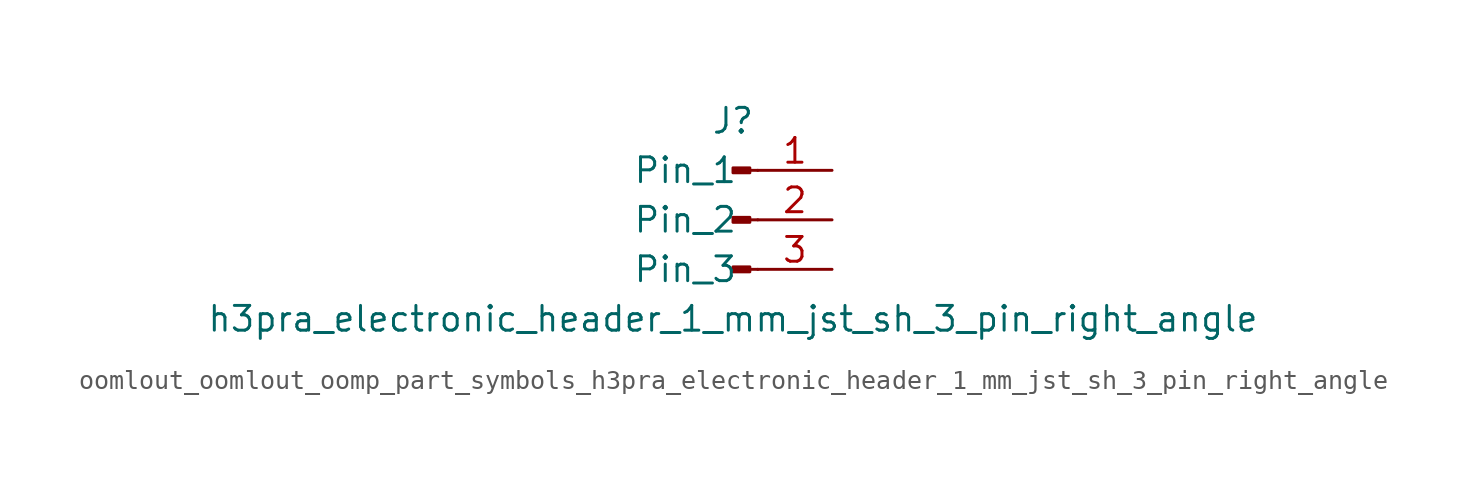
<source format=kicad_sym>
(kicad_symbol_lib
  (version 20220914)
  (generator kicad_symbol_editor)
  (symbol "oomlout_oomlout_oomp_part_symbols_h3pra_electronic_header_1_mm_jst_sh_3_pin_right_angle"
    (pin_names
      (offset 1.016))
    (property "Reference" "J"
      (at 0 5.08 0)
      (effects (font (size 1.27 1.27))))
    (property "Value" "h3pra_electronic_header_1_mm_jst_sh_3_pin_right_angle"
      (at 0 -5.08 0)
      (effects (font (size 1.27 1.27))))
    (property "ki_locked" ""
      (at 0 0 0)
      (effects (font (size 1.27 1.27))))
    (symbol "oomlout_oomlout_oomp_part_symbols_h3pra_electronic_header_1_mm_jst_sh_3_pin_right_angle_1_1"
      (polyline (pts (xy 1.27 -2.54) (xy 0.864 -2.54)) (stroke (width 0.152) (type default)) (fill (type none)))
      (polyline (pts (xy 1.27 0) (xy 0.864 0)) (stroke (width 0.152) (type default)) (fill (type none)))
      (polyline (pts (xy 1.27 2.54) (xy 0.864 2.54)) (stroke (width 0.152) (type default)) (fill (type none)))
      (rectangle (start 0.864 -2.413) (end 0 -2.667) (stroke (width 0.152) (type default)) (fill (type outline)))
      (rectangle (start 0.864 0.127) (end 0 -0.127) (stroke (width 0.152) (type default)) (fill (type outline)))
      (rectangle (start 0.864 2.667) (end 0 2.413) (stroke (width 0.152) (type default)) (fill (type outline)))
      (pin passive line (at 5.08 2.54 180) (length 3.81) (name "Pin_1" (effects (font (size 1.27 1.27)))) (number "1" (effects (font (size 1.27 1.27)))))
      (pin passive line (at 5.08 0 180) (length 3.81) (name "Pin_2" (effects (font (size 1.27 1.27)))) (number "2" (effects (font (size 1.27 1.27)))))
      (pin passive line (at 5.08 -2.54 180) (length 3.81) (name "Pin_3" (effects (font (size 1.27 1.27)))) (number "3" (effects (font (size 1.27 1.27))))))))
</source>
